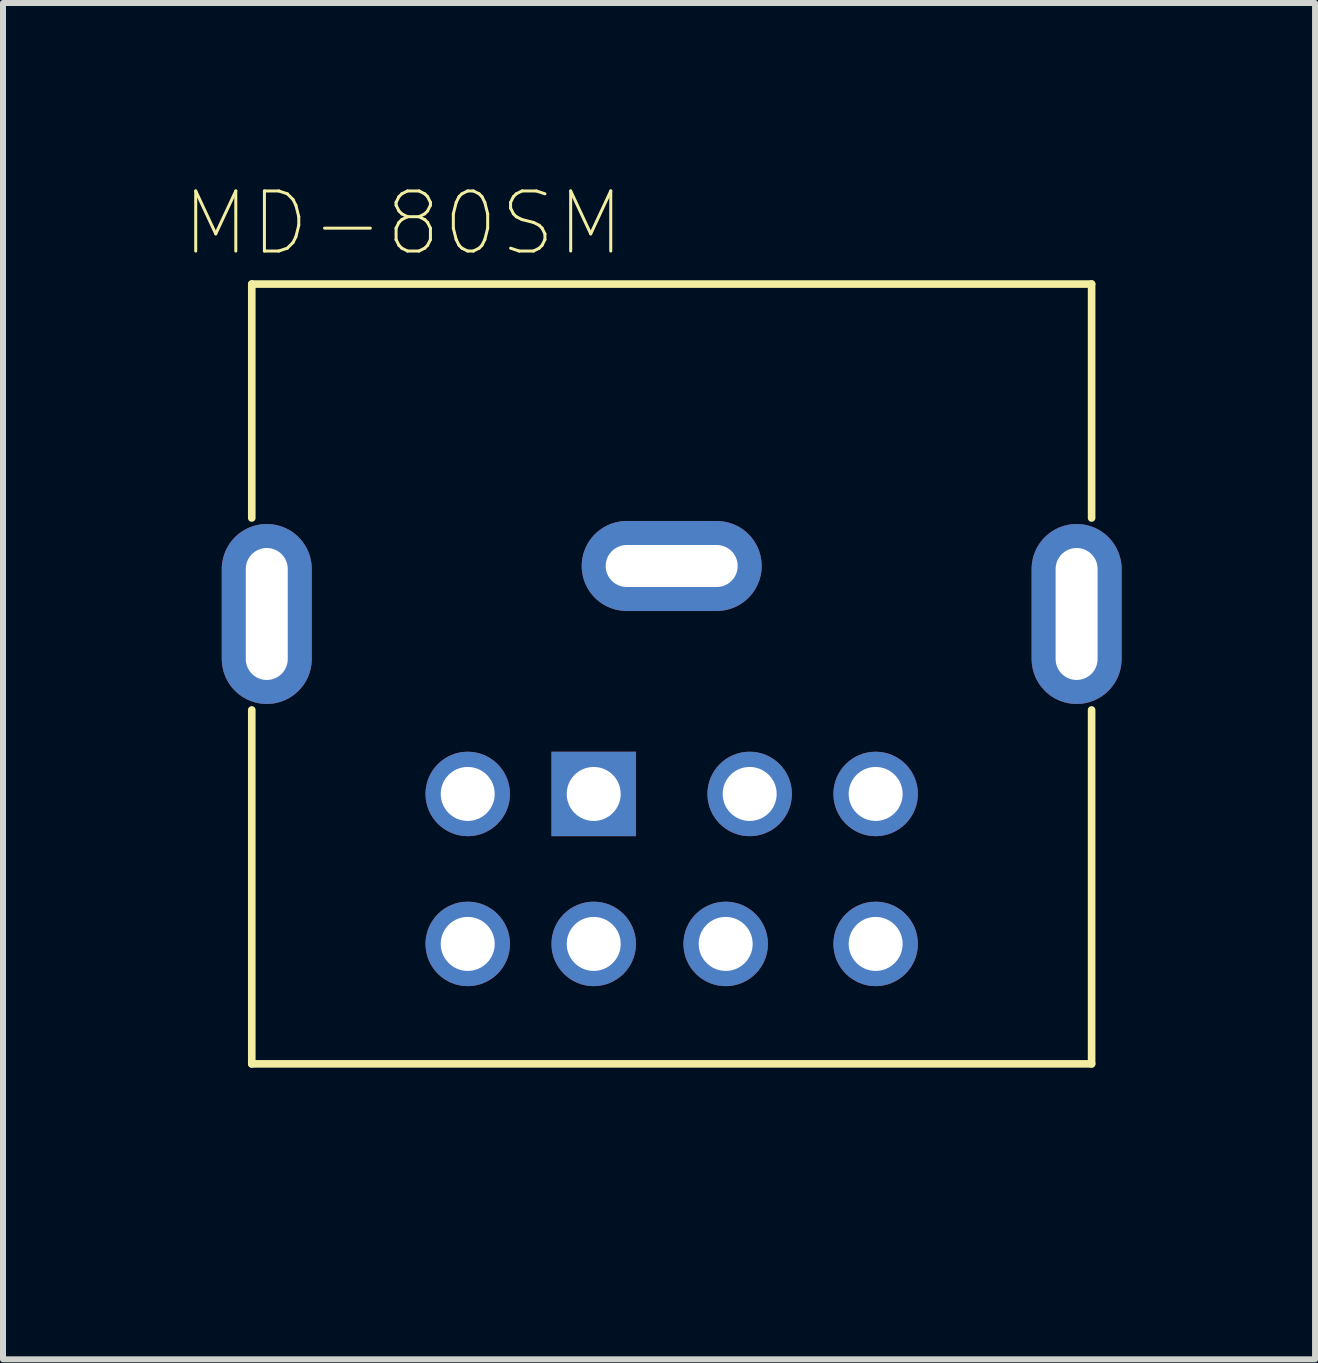
<source format=kicad_pcb>
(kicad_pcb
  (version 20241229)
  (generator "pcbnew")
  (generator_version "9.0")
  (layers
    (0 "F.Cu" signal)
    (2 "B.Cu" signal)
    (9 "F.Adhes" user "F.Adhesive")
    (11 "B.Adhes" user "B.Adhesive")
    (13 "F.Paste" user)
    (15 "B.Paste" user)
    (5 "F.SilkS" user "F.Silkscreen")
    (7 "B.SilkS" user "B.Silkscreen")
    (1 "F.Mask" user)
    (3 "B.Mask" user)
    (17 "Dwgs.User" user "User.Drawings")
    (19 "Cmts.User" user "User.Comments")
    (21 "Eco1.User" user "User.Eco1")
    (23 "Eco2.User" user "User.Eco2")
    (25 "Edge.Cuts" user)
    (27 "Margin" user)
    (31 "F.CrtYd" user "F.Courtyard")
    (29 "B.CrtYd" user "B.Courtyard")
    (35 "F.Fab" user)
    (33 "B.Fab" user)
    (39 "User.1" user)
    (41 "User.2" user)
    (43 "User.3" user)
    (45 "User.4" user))
  (footprint "MD-80SM"
    (layer "F.Cu")
    (at 6.847 10.185)
    (property "Reference" "MD-80SM" (at -3.175 -9.511 0) (layer "F.SilkS") (effects (font (size 1.002 1.002) (thickness 0.05))))
    (attr through_hole)
    (fp_line (start -5.7 -8.5) (end -5.7 -4.6) (stroke (width 0.127) (type solid)) (layer "F.SilkS"))
    (fp_line (start -5.7 -8.5) (end 8.3 -8.5) (stroke (width 0.127) (type solid)) (layer "F.SilkS"))
    (fp_line (start -5.7 4.5) (end -5.7 -1.4) (stroke (width 0.127) (type solid)) (layer "F.SilkS"))
    (fp_line (start 8.3 -8.5) (end 8.3 -4.6) (stroke (width 0.127) (type solid)) (layer "F.SilkS"))
    (fp_line (start 8.3 4.5) (end -5.7 4.5) (stroke (width 0.127) (type solid)) (layer "F.SilkS"))
    (fp_line (start 8.3 4.5) (end 8.3 -1.4) (stroke (width 0.127) (type solid)) (layer "F.SilkS"))
    (fp_line (start -6.4 -8.75) (end 9 -8.75) (stroke (width 0.05) (type solid)) (layer "Eco1.User"))
    (fp_line (start -6.4 4.75) (end -6.4 -8.75) (stroke (width 0.05) (type solid)) (layer "Eco1.User"))
    (fp_line (start 9 -8.75) (end 9 4.75) (stroke (width 0.05) (type solid)) (layer "Eco1.User"))
    (fp_line (start 9 4.75) (end -6.4 4.75) (stroke (width 0.05) (type solid)) (layer "Eco1.User"))
    (fp_line (start -5.7 -8.5) (end 8.3 -8.5) (stroke (width 0.127) (type solid)) (layer "Eco2.User"))
    (fp_line (start -5.7 4.5) (end -5.7 -8.5) (stroke (width 0.127) (type solid)) (layer "Eco2.User"))
    (fp_line (start 1.3 -9.2) (end 1.3 6.4) (stroke (width 0.05) (type solid)) (layer "Eco2.User"))
    (fp_line (start 8.3 -8.5) (end 8.3 4.5) (stroke (width 0.127) (type solid)) (layer "Eco2.User"))
    (fp_line (start 8.3 4.5) (end -5.7 4.5) (stroke (width 0.127) (type solid)) (layer "Eco2.User"))
    (fp_line (start -5.8 -4.1) (end -5.1 -4.1) (stroke (width 0.0001) (type solid)) (layer "Edge.Cuts"))
    (fp_line (start -5.8 -1.9) (end -5.8 -4.1) (stroke (width 0.0001) (type solid)) (layer "Edge.Cuts"))
    (fp_line (start -5.1 -4.1) (end -5.1 -1.9) (stroke (width 0.0001) (type solid)) (layer "Edge.Cuts"))
    (fp_line (start -5.1 -1.9) (end -5.8 -1.9) (stroke (width 0.0001) (type solid)) (layer "Edge.Cuts"))
    (fp_line (start 0.2 -4.15) (end 2.4 -4.15) (stroke (width 0.0001) (type solid)) (layer "Edge.Cuts"))
    (fp_line (start 0.2 -3.45) (end 0.2 -4.15) (stroke (width 0.0001) (type solid)) (layer "Edge.Cuts"))
    (fp_line (start 2.4 -4.15) (end 2.4 -3.45) (stroke (width 0.0001) (type solid)) (layer "Edge.Cuts"))
    (fp_line (start 2.4 -3.45) (end 0.2 -3.45) (stroke (width 0.0001) (type solid)) (layer "Edge.Cuts"))
    (fp_line (start 7.7 -4.1) (end 8.4 -4.1) (stroke (width 0.0001) (type solid)) (layer "Edge.Cuts"))
    (fp_line (start 7.7 -1.9) (end 7.7 -4.1) (stroke (width 0.0001) (type solid)) (layer "Edge.Cuts"))
    (fp_line (start 8.4 -4.1) (end 8.4 -1.9) (stroke (width 0.0001) (type solid)) (layer "Edge.Cuts"))
    (fp_line (start 8.4 -1.9) (end 7.7 -1.9) (stroke (width 0.0001) (type solid)) (layer "Edge.Cuts"))
    (pad "1" thru_hole rect (at 0 0) (size 1.408 1.408) (drill 0.9) (layers "*.Cu" "*.Mask"))
    (pad "2" thru_hole circle (at 2.6 0) (size 1.408 1.408) (drill 0.9) (layers "*.Cu" "*.Mask"))
    (pad "3" thru_hole circle (at -2.1 0) (size 1.408 1.408) (drill 0.9) (layers "*.Cu" "*.Mask"))
    (pad "4" thru_hole circle (at 0 2.5) (size 1.408 1.408) (drill 0.9) (layers "*.Cu" "*.Mask"))
    (pad "5" thru_hole circle (at 4.7 0) (size 1.408 1.408) (drill 0.9) (layers "*.Cu" "*.Mask"))
    (pad "6" thru_hole circle (at -2.1 2.5) (size 1.408 1.408) (drill 0.9) (layers "*.Cu" "*.Mask"))
    (pad "7" thru_hole circle (at 2.2 2.5) (size 1.408 1.408) (drill 0.9) (layers "*.Cu" "*.Mask"))
    (pad "8" thru_hole circle (at 4.7 2.5) (size 1.408 1.408) (drill 0.9) (layers "*.Cu" "*.Mask"))
    (pad "S1" thru_hole oval (at -5.45 -3 90) (size 3 1.5) (drill oval 2.2 0.7) (layers "*.Cu" "*.Mask"))
    (pad "S2" thru_hole oval (at 8.05 -3 90) (size 3 1.5) (drill oval 2.2 0.7) (layers "*.Cu" "*.Mask"))
    (pad "S3" thru_hole oval (at 1.3 -3.8 180) (size 3 1.5) (drill oval 2.2 0.7) (layers "*.Cu" "*.Mask")))
  (gr_rect
    (start -3 -3)
    (end 18.872 19.61)
    (stroke (width 0.1) (type default))
    (fill no)
    (layer "Edge.Cuts")))
</source>
